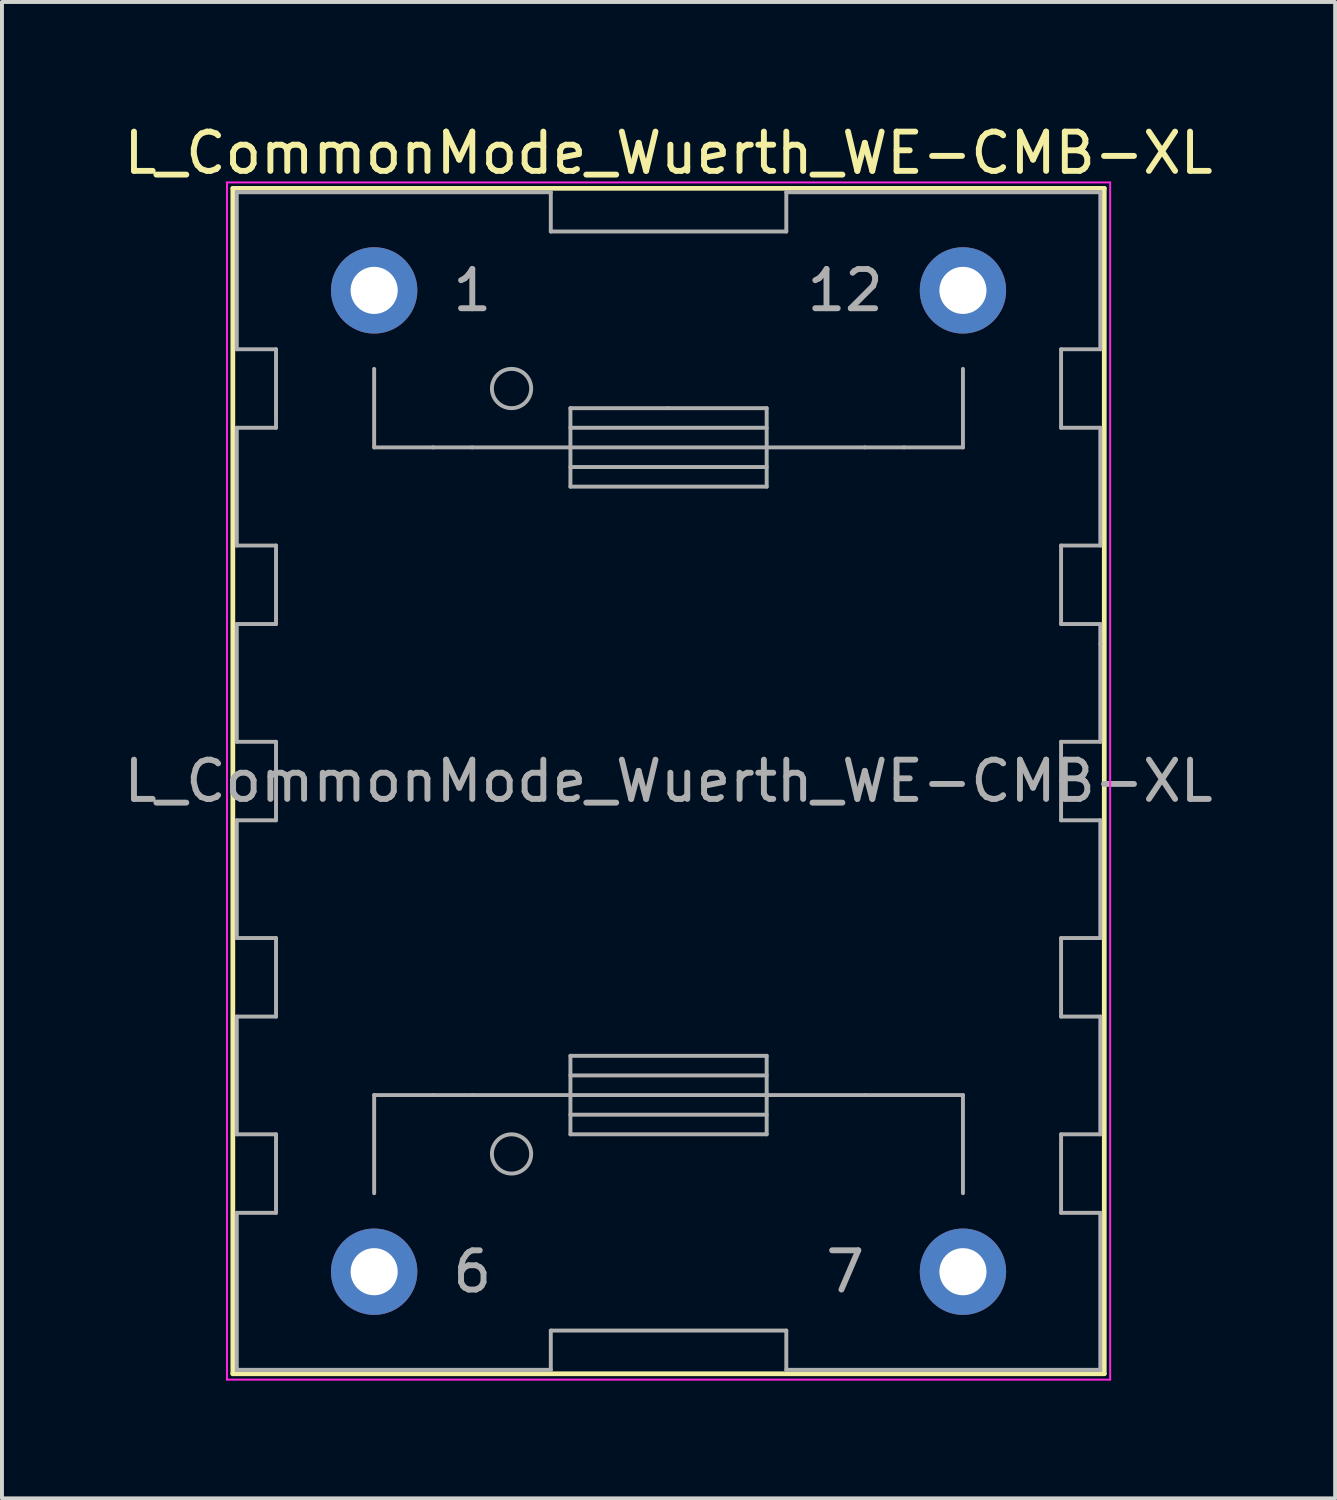
<source format=kicad_pcb>
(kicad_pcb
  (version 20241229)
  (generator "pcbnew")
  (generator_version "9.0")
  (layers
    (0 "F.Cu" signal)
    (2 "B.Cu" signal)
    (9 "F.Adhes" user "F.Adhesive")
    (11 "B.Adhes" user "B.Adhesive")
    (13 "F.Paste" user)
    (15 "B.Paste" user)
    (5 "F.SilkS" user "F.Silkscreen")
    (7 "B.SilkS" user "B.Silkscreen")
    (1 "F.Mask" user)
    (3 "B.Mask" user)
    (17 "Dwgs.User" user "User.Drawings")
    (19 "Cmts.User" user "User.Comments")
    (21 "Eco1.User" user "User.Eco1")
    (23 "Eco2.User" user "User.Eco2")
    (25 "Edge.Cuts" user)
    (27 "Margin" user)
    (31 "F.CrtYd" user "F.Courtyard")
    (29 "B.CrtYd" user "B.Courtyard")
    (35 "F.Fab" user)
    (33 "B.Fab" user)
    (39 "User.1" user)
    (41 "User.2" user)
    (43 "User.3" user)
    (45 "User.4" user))
  (footprint "L_CommonMode_Wuerth_WE-CMB-XL"
    (layer "F.Cu")
    (at 6.482 4.348)
    (property "Reference" "L_CommonMode_Wuerth_WE-CMB-XL" (at 7.5 -3.5 0) (layer "F.SilkS") (effects (font (size 1 1) (thickness 0.15))))
    (attr through_hole)
    (fp_line (start -3.6 -2.6) (end -3.6 27.6) (stroke (width 0.12) (type solid)) (layer "F.SilkS"))
    (fp_line (start -3.6 27.6) (end 18.6 27.6) (stroke (width 0.12) (type solid)) (layer "F.SilkS"))
    (fp_line (start 18.6 -2.6) (end -3.6 -2.6) (stroke (width 0.12) (type solid)) (layer "F.SilkS"))
    (fp_line (start 18.6 27.6) (end 18.6 -2.6) (stroke (width 0.12) (type solid)) (layer "F.SilkS"))
    (fp_line (start -3.75 -2.75) (end 18.75 -2.75) (stroke (width 0.05) (type solid)) (layer "F.CrtYd"))
    (fp_line (start -3.75 27.75) (end -3.75 -2.75) (stroke (width 0.05) (type solid)) (layer "F.CrtYd"))
    (fp_line (start 18.75 -2.75) (end 18.75 27.75) (stroke (width 0.05) (type solid)) (layer "F.CrtYd"))
    (fp_line (start 18.75 27.75) (end -3.75 27.75) (stroke (width 0.05) (type solid)) (layer "F.CrtYd"))
    (fp_line (start -3.5 -2.5) (end -3.5 1.5) (stroke (width 0.1) (type solid)) (layer "F.Fab"))
    (fp_line (start -3.5 1.5) (end -2.5 1.5) (stroke (width 0.1) (type solid)) (layer "F.Fab"))
    (fp_line (start -3.5 3.5) (end -3.5 6.5) (stroke (width 0.1) (type solid)) (layer "F.Fab"))
    (fp_line (start -3.5 6.5) (end -2.5 6.5) (stroke (width 0.1) (type solid)) (layer "F.Fab"))
    (fp_line (start -3.5 8.5) (end -3.5 11.5) (stroke (width 0.1) (type solid)) (layer "F.Fab"))
    (fp_line (start -3.5 11.5) (end -2.5 11.5) (stroke (width 0.1) (type solid)) (layer "F.Fab"))
    (fp_line (start -3.5 13.5) (end -3.5 16.5) (stroke (width 0.1) (type solid)) (layer "F.Fab"))
    (fp_line (start -3.5 16.5) (end -2.5 16.5) (stroke (width 0.1) (type solid)) (layer "F.Fab"))
    (fp_line (start -3.5 18.5) (end -3.5 21.5) (stroke (width 0.1) (type solid)) (layer "F.Fab"))
    (fp_line (start -3.5 21.5) (end -2.5 21.5) (stroke (width 0.1) (type solid)) (layer "F.Fab"))
    (fp_line (start -3.5 23.5) (end -3.5 27.5) (stroke (width 0.1) (type solid)) (layer "F.Fab"))
    (fp_line (start -2.5 1.5) (end -2.5 3) (stroke (width 0.1) (type solid)) (layer "F.Fab"))
    (fp_line (start -2.5 3) (end -2.5 3.5) (stroke (width 0.1) (type solid)) (layer "F.Fab"))
    (fp_line (start -2.5 3.5) (end -3.5 3.5) (stroke (width 0.1) (type solid)) (layer "F.Fab"))
    (fp_line (start -2.5 6.5) (end -2.5 8.5) (stroke (width 0.1) (type solid)) (layer "F.Fab"))
    (fp_line (start -2.5 8.5) (end -3.5 8.5) (stroke (width 0.1) (type solid)) (layer "F.Fab"))
    (fp_line (start -2.5 11.5) (end -2.5 13.5) (stroke (width 0.1) (type solid)) (layer "F.Fab"))
    (fp_line (start -2.5 13.5) (end -3.5 13.5) (stroke (width 0.1) (type solid)) (layer "F.Fab"))
    (fp_line (start -2.5 16.5) (end -2.5 18.5) (stroke (width 0.1) (type solid)) (layer "F.Fab"))
    (fp_line (start -2.5 18.5) (end -3.5 18.5) (stroke (width 0.1) (type solid)) (layer "F.Fab"))
    (fp_line (start -2.5 21.5) (end -2.5 23.5) (stroke (width 0.1) (type solid)) (layer "F.Fab"))
    (fp_line (start -2.5 23.5) (end -3.5 23.5) (stroke (width 0.1) (type solid)) (layer "F.Fab"))
    (fp_line (start 0 4) (end 0 2) (stroke (width 0.1) (type solid)) (layer "F.Fab"))
    (fp_line (start 0 20.5) (end 0 23) (stroke (width 0.1) (type solid)) (layer "F.Fab"))
    (fp_line (start 1.5 4) (end 0 4) (stroke (width 0.1) (type solid)) (layer "F.Fab"))
    (fp_line (start 1.5 20.5) (end 0 20.5) (stroke (width 0.1) (type solid)) (layer "F.Fab"))
    (fp_line (start 2.5 4) (end 1.5 4) (stroke (width 0.1) (type solid)) (layer "F.Fab"))
    (fp_line (start 2.5 20.5) (end 1.5 20.5) (stroke (width 0.1) (type solid)) (layer "F.Fab"))
    (fp_line (start 2.5 20.5) (end 5 20.5) (stroke (width 0.1) (type solid)) (layer "F.Fab"))
    (fp_line (start 4.5 -2.5) (end -3.5 -2.5) (stroke (width 0.1) (type solid)) (layer "F.Fab"))
    (fp_line (start 4.5 -1.5) (end 4.5 -2.5) (stroke (width 0.1) (type solid)) (layer "F.Fab"))
    (fp_line (start 4.5 26.5) (end 4.5 27.5) (stroke (width 0.1) (type solid)) (layer "F.Fab"))
    (fp_line (start 4.5 27.5) (end -3.5 27.5) (stroke (width 0.1) (type solid)) (layer "F.Fab"))
    (fp_line (start 5 3) (end 7.5 3) (stroke (width 0.1) (type solid)) (layer "F.Fab"))
    (fp_line (start 5 4) (end 2.5 4) (stroke (width 0.1) (type solid)) (layer "F.Fab"))
    (fp_line (start 5 4) (end 10 4) (stroke (width 0.1) (type solid)) (layer "F.Fab"))
    (fp_line (start 5 4.5) (end 10 4.5) (stroke (width 0.1) (type solid)) (layer "F.Fab"))
    (fp_line (start 5 5) (end 5 3) (stroke (width 0.1) (type solid)) (layer "F.Fab"))
    (fp_line (start 5 19.5) (end 10 19.5) (stroke (width 0.1) (type solid)) (layer "F.Fab"))
    (fp_line (start 5 21) (end 10 21) (stroke (width 0.1) (type solid)) (layer "F.Fab"))
    (fp_line (start 5 21.5) (end 5 19.5) (stroke (width 0.1) (type solid)) (layer "F.Fab"))
    (fp_line (start 7.5 3) (end 10 3) (stroke (width 0.1) (type solid)) (layer "F.Fab"))
    (fp_line (start 10 3) (end 10 5) (stroke (width 0.1) (type solid)) (layer "F.Fab"))
    (fp_line (start 10 3.5) (end 5 3.5) (stroke (width 0.1) (type solid)) (layer "F.Fab"))
    (fp_line (start 10 4) (end 12.5 4) (stroke (width 0.1) (type solid)) (layer "F.Fab"))
    (fp_line (start 10 5) (end 5 5) (stroke (width 0.1) (type solid)) (layer "F.Fab"))
    (fp_line (start 10 19.5) (end 10 21.5) (stroke (width 0.1) (type solid)) (layer "F.Fab"))
    (fp_line (start 10 20) (end 5 20) (stroke (width 0.1) (type solid)) (layer "F.Fab"))
    (fp_line (start 10 20.5) (end 5 20.5) (stroke (width 0.1) (type solid)) (layer "F.Fab"))
    (fp_line (start 10 21.5) (end 5 21.5) (stroke (width 0.1) (type solid)) (layer "F.Fab"))
    (fp_line (start 10.5 -2.5) (end 10.5 -1.5) (stroke (width 0.1) (type solid)) (layer "F.Fab"))
    (fp_line (start 10.5 -1.5) (end 4.5 -1.5) (stroke (width 0.1) (type solid)) (layer "F.Fab"))
    (fp_line (start 10.5 26.5) (end 4.5 26.5) (stroke (width 0.1) (type solid)) (layer "F.Fab"))
    (fp_line (start 10.5 27.5) (end 10.5 26.5) (stroke (width 0.1) (type solid)) (layer "F.Fab"))
    (fp_line (start 12.5 4) (end 13.5 4) (stroke (width 0.1) (type solid)) (layer "F.Fab"))
    (fp_line (start 12.5 20.5) (end 10 20.5) (stroke (width 0.1) (type solid)) (layer "F.Fab"))
    (fp_line (start 12.5 20.5) (end 15 20.5) (stroke (width 0.1) (type solid)) (layer "F.Fab"))
    (fp_line (start 13.5 4) (end 15 4) (stroke (width 0.1) (type solid)) (layer "F.Fab"))
    (fp_line (start 15 4) (end 15 2) (stroke (width 0.1) (type solid)) (layer "F.Fab"))
    (fp_line (start 15 20.5) (end 15 23) (stroke (width 0.1) (type solid)) (layer "F.Fab"))
    (fp_line (start 17.5 1.5) (end 18.5 1.5) (stroke (width 0.1) (type solid)) (layer "F.Fab"))
    (fp_line (start 17.5 3.5) (end 17.5 1.5) (stroke (width 0.1) (type solid)) (layer "F.Fab"))
    (fp_line (start 17.5 6.5) (end 18.5 6.5) (stroke (width 0.1) (type solid)) (layer "F.Fab"))
    (fp_line (start 17.5 8.5) (end 17.5 6.5) (stroke (width 0.1) (type solid)) (layer "F.Fab"))
    (fp_line (start 17.5 11.5) (end 18.5 11.5) (stroke (width 0.1) (type solid)) (layer "F.Fab"))
    (fp_line (start 17.5 12.5) (end 17.5 11.5) (stroke (width 0.1) (type solid)) (layer "F.Fab"))
    (fp_line (start 17.5 12.5) (end 17.5 13.5) (stroke (width 0.1) (type solid)) (layer "F.Fab"))
    (fp_line (start 17.5 13.5) (end 18.5 13.5) (stroke (width 0.1) (type solid)) (layer "F.Fab"))
    (fp_line (start 17.5 16.5) (end 17.5 18.5) (stroke (width 0.1) (type solid)) (layer "F.Fab"))
    (fp_line (start 17.5 18.5) (end 18.5 18.5) (stroke (width 0.1) (type solid)) (layer "F.Fab"))
    (fp_line (start 17.5 21.5) (end 17.5 23.5) (stroke (width 0.1) (type solid)) (layer "F.Fab"))
    (fp_line (start 17.5 23.5) (end 18.5 23.5) (stroke (width 0.1) (type solid)) (layer "F.Fab"))
    (fp_line (start 18.5 -2.5) (end 10.5 -2.5) (stroke (width 0.1) (type solid)) (layer "F.Fab"))
    (fp_line (start 18.5 1.5) (end 18.5 -2.5) (stroke (width 0.1) (type solid)) (layer "F.Fab"))
    (fp_line (start 18.5 3.5) (end 17.5 3.5) (stroke (width 0.1) (type solid)) (layer "F.Fab"))
    (fp_line (start 18.5 6.5) (end 18.5 3.5) (stroke (width 0.1) (type solid)) (layer "F.Fab"))
    (fp_line (start 18.5 8.5) (end 17.5 8.5) (stroke (width 0.1) (type solid)) (layer "F.Fab"))
    (fp_line (start 18.5 9) (end 18.5 8.5) (stroke (width 0.1) (type solid)) (layer "F.Fab"))
    (fp_line (start 18.5 11.5) (end 18.5 9) (stroke (width 0.1) (type solid)) (layer "F.Fab"))
    (fp_line (start 18.5 13.5) (end 18.5 16.5) (stroke (width 0.1) (type solid)) (layer "F.Fab"))
    (fp_line (start 18.5 16.5) (end 17.5 16.5) (stroke (width 0.1) (type solid)) (layer "F.Fab"))
    (fp_line (start 18.5 18.5) (end 18.5 21.5) (stroke (width 0.1) (type solid)) (layer "F.Fab"))
    (fp_line (start 18.5 21.5) (end 17.5 21.5) (stroke (width 0.1) (type solid)) (layer "F.Fab"))
    (fp_line (start 18.5 23.5) (end 18.5 27.5) (stroke (width 0.1) (type solid)) (layer "F.Fab"))
    (fp_line (start 18.5 27.5) (end 10.5 27.5) (stroke (width 0.1) (type solid)) (layer "F.Fab"))
    (fp_circle (center 3.5 2.5) (end 4 2.5) (stroke (width 0.1) (type solid)) (fill no) (layer "F.Fab"))
    (fp_circle (center 3.5 22) (end 4 22) (stroke (width 0.1) (type solid)) (fill no) (layer "F.Fab"))
    (fp_text user "1" (at 2.5 0 0) (layer "F.Fab") (effects (font (size 1 1) (thickness 0.15))))
    (fp_text user "7" (at 12 25 0) (layer "F.Fab") (effects (font (size 1 1) (thickness 0.15))))
    (fp_text user "${REFERENCE}" (at 7.5 12.5 0) (layer "F.Fab") (effects (font (size 1 1) (thickness 0.15))))
    (fp_text user "6" (at 2.5 25 0) (layer "F.Fab") (effects (font (size 1 1) (thickness 0.15))))
    (fp_text user "12" (at 12 0 0) (layer "F.Fab") (effects (font (size 1 1) (thickness 0.15))))
    (pad "1" thru_hole circle (at 0 0) (size 2.2 2.2) (drill 1.2) (layers "*.Cu" "*.Mask"))
    (pad "6" thru_hole circle (at 0 25) (size 2.2 2.2) (drill 1.2) (layers "*.Cu" "*.Mask"))
    (pad "7" thru_hole circle (at 15 25) (size 2.2 2.2) (drill 1.2) (layers "*.Cu" "*.Mask"))
    (pad "12" thru_hole circle (at 15 0) (size 2.2 2.2) (drill 1.2) (layers "*.Cu" "*.Mask")))
  (gr_rect
    (start -3 -3)
    (end 30.964 35.123)
    (stroke (width 0.1) (type default))
    (fill no)
    (layer "Edge.Cuts")))
</source>
